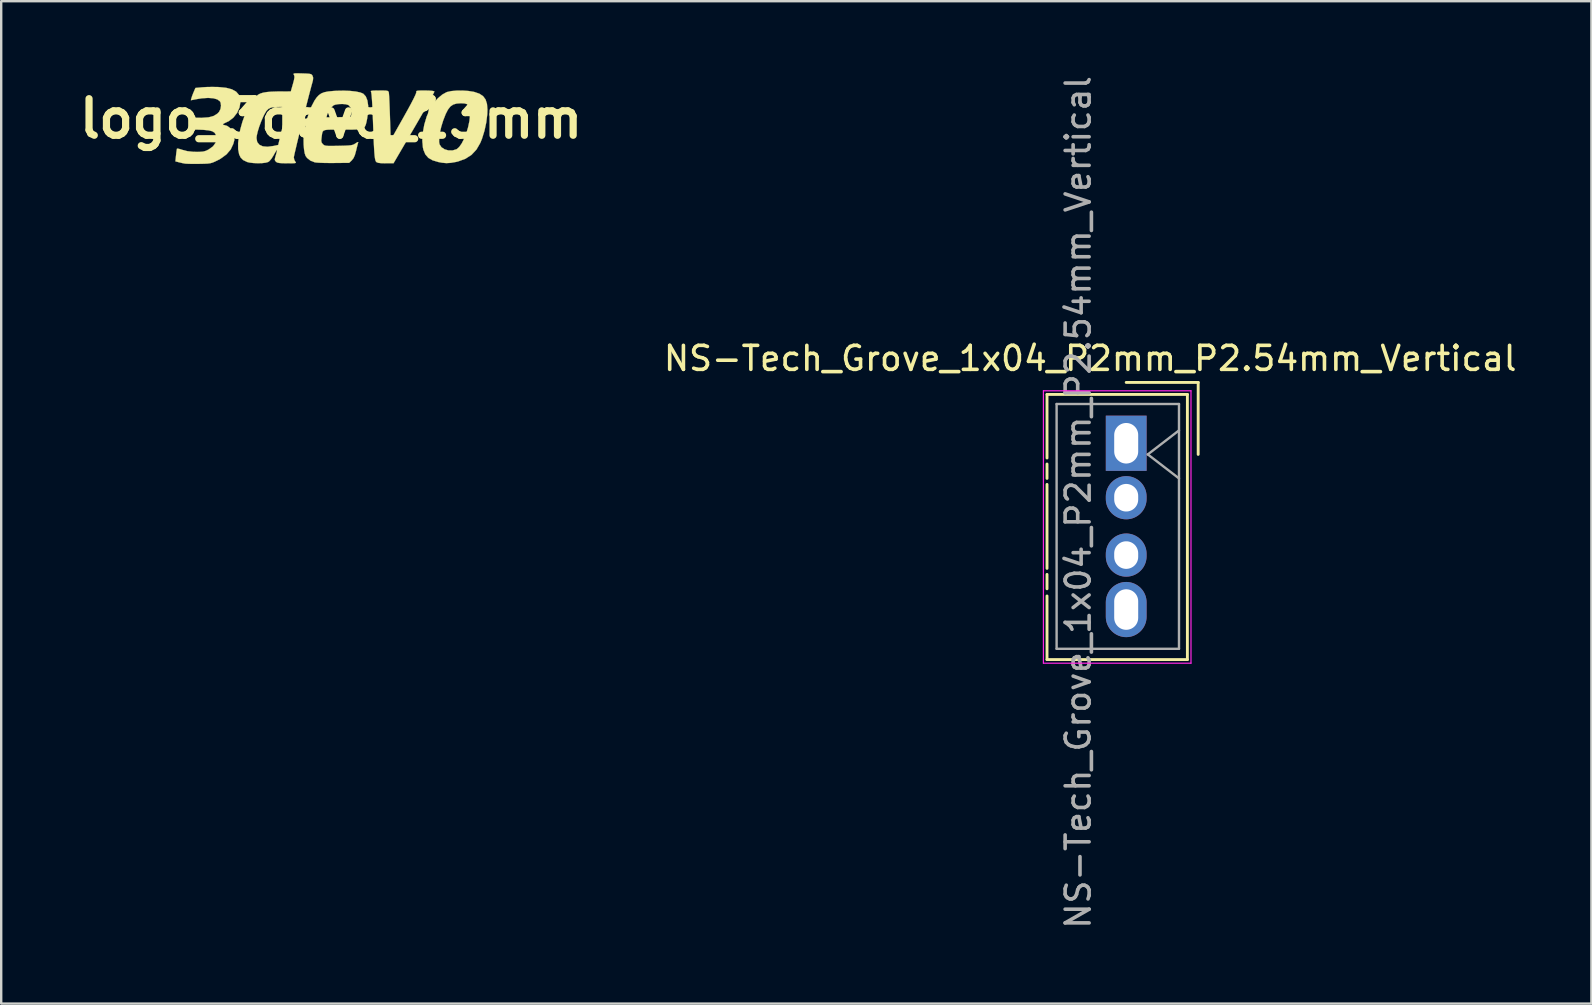
<source format=kicad_pcb>
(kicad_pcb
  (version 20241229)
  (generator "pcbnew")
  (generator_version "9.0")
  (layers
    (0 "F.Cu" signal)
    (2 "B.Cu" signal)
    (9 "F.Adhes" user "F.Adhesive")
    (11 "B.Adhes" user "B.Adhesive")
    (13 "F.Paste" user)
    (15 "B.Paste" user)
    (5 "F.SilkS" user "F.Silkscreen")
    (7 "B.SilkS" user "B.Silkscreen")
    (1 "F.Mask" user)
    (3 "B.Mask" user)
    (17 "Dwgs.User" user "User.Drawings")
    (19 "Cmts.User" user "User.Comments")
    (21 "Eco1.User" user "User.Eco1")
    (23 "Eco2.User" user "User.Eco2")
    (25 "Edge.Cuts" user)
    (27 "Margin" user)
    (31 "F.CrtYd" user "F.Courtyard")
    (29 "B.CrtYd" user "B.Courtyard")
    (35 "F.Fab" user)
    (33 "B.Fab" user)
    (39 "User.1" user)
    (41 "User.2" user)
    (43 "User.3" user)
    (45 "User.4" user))
  (footprint "logo_3devo_13mm"
    (layer "F.Cu")
    (at 10.748 1.897)
    (property "Reference" "logo_3devo_13mm" (at 0 0 0) (layer "F.SilkS") (effects (font (size 1.524 1.524) (thickness 0.3))))
    (attr through_hole)
    (fp_poly (pts (xy 4.077 -1.171) (xy 4.21 -1.161) (xy 4.289 -1.145) (xy 4.304 -1.136) (xy 4.29 -1.096) (xy 4.242 -0.998) (xy 4.162 -0.848) (xy 4.055 -0.653) (xy 3.924 -0.419) (xy 3.773 -0.154) (xy 3.606 0.136) (xy 3.464 0.38) (xy 2.601 1.858) (xy 2.27 1.858) (xy 2.086 1.853) (xy 1.966 1.839) (xy 1.896 1.812) (xy 1.883 1.801) (xy 1.862 1.773) (xy 1.845 1.728) (xy 1.83 1.659) (xy 1.816 1.559) (xy 1.804 1.423) (xy 1.792 1.242) (xy 1.78 1.01) (xy 1.768 0.722) (xy 1.755 0.369) (xy 1.744 0.06) (xy 1.73 -0.295) (xy 1.716 -0.592) (xy 1.701 -0.828) (xy 1.687 -0.998) (xy 1.672 -1.098) (xy 1.663 -1.125) (xy 1.656 -1.148) (xy 1.687 -1.163) (xy 1.768 -1.171) (xy 1.909 -1.175) (xy 2.004 -1.175) (xy 2.178 -1.174) (xy 2.29 -1.17) (xy 2.355 -1.158) (xy 2.388 -1.136) (xy 2.403 -1.101) (xy 2.406 -1.09) (xy 2.412 -1.029) (xy 2.42 -0.905) (xy 2.429 -0.727) (xy 2.438 -0.507) (xy 2.447 -0.258) (xy 2.454 -0.057) (xy 2.483 0.89) (xy 3.026 -0.073) (xy 3.192 -0.371) (xy 3.33 -0.625) (xy 3.436 -0.83) (xy 3.509 -0.982) (xy 3.547 -1.077) (xy 3.551 -1.105) (xy 3.548 -1.137) (xy 3.57 -1.158) (xy 3.628 -1.169) (xy 3.736 -1.174) (xy 3.906 -1.175) (xy 4.077 -1.171)) (stroke (width 0.01) (type solid)) (fill yes) (layer "F.SilkS"))
    (fp_poly (pts (xy 5.722 -1.156) (xy 5.942 -1.121) (xy 5.974 -1.113) (xy 6.181 -1.042) (xy 6.333 -0.941) (xy 6.437 -0.803) (xy 6.496 -0.617) (xy 6.515 -0.377) (xy 6.509 -0.189) (xy 6.468 0.15) (xy 6.392 0.502) (xy 6.289 0.834) (xy 6.22 1.005) (xy 6.058 1.285) (xy 5.852 1.506) (xy 5.597 1.67) (xy 5.29 1.782) (xy 5.204 1.802) (xy 4.985 1.84) (xy 4.801 1.851) (xy 4.615 1.833) (xy 4.473 1.806) (xy 4.231 1.734) (xy 4.053 1.632) (xy 3.929 1.49) (xy 3.849 1.3) (xy 3.825 1.194) (xy 3.807 0.972) (xy 4.501 0.972) (xy 4.519 1.067) (xy 4.598 1.188) (xy 4.728 1.275) (xy 4.889 1.321) (xy 5.062 1.322) (xy 5.226 1.273) (xy 5.232 1.27) (xy 5.337 1.181) (xy 5.443 1.031) (xy 5.544 0.834) (xy 5.635 0.603) (xy 5.71 0.353) (xy 5.764 0.097) (xy 5.79 -0.136) (xy 5.798 -0.301) (xy 5.798 -0.409) (xy 5.786 -0.477) (xy 5.759 -0.524) (xy 5.722 -0.563) (xy 5.651 -0.612) (xy 5.559 -0.637) (xy 5.418 -0.644) (xy 5.405 -0.644) (xy 5.23 -0.632) (xy 5.089 -0.59) (xy 4.972 -0.509) (xy 4.871 -0.38) (xy 4.776 -0.195) (xy 4.678 0.056) (xy 4.669 0.081) (xy 4.59 0.336) (xy 4.534 0.58) (xy 4.504 0.797) (xy 4.501 0.972) (xy 3.807 0.972) (xy 3.801 0.908) (xy 3.822 0.585) (xy 3.884 0.246) (xy 3.983 -0.089) (xy 4.115 -0.398) (xy 4.156 -0.474) (xy 4.291 -0.675) (xy 4.456 -0.858) (xy 4.634 -1.006) (xy 4.806 -1.102) (xy 4.831 -1.112) (xy 5.006 -1.151) (xy 5.229 -1.171) (xy 5.476 -1.173) (xy 5.722 -1.156)) (stroke (width 0.01) (type solid)) (fill yes) (layer "F.SilkS"))
    (fp_poly (pts (xy -4.763 -1.322) (xy -4.683 -1.319) (xy -4.376 -1.288) (xy -4.135 -1.225) (xy -3.958 -1.128) (xy -3.842 -0.994) (xy -3.785 -0.823) (xy -3.778 -0.704) (xy -3.816 -0.468) (xy -3.917 -0.244) (xy -4.069 -0.049) (xy -4.259 0.1) (xy -4.386 0.159) (xy -4.475 0.202) (xy -4.51 0.24) (xy -4.483 0.263) (xy -4.449 0.265) (xy -4.337 0.297) (xy -4.219 0.38) (xy -4.12 0.493) (xy -4.079 0.57) (xy -4.037 0.69) (xy -4.022 0.79) (xy -4.035 0.9) (xy -4.075 1.049) (xy -4.183 1.281) (xy -4.361 1.488) (xy -4.605 1.666) (xy -4.727 1.732) (xy -4.849 1.791) (xy -4.946 1.831) (xy -5.039 1.856) (xy -5.147 1.87) (xy -5.291 1.877) (xy -5.491 1.881) (xy -5.493 1.881) (xy -5.686 1.883) (xy -5.862 1.881) (xy -6.001 1.877) (xy -6.084 1.871) (xy -6.085 1.871) (xy -6.201 1.849) (xy -6.331 1.818) (xy -6.343 1.815) (xy -6.488 1.777) (xy -6.462 1.524) (xy -6.447 1.392) (xy -6.432 1.292) (xy -6.422 1.247) (xy -6.383 1.247) (xy -6.293 1.268) (xy -6.19 1.301) (xy -5.995 1.352) (xy -5.766 1.377) (xy -5.63 1.381) (xy -5.458 1.38) (xy -5.337 1.37) (xy -5.241 1.346) (xy -5.146 1.304) (xy -5.093 1.276) (xy -4.919 1.15) (xy -4.816 1.004) (xy -4.781 0.834) (xy -4.783 0.781) (xy -4.806 0.665) (xy -4.86 0.58) (xy -4.955 0.522) (xy -5.101 0.486) (xy -5.308 0.465) (xy -5.407 0.461) (xy -5.806 0.446) (xy -5.782 0.346) (xy -5.756 0.24) (xy -5.724 0.116) (xy -5.721 0.104) (xy -5.684 -0.038) (xy -5.372 -0.039) (xy -5.104 -0.058) (xy -4.894 -0.115) (xy -4.736 -0.214) (xy -4.669 -0.285) (xy -4.61 -0.403) (xy -4.588 -0.541) (xy -4.604 -0.668) (xy -4.635 -0.727) (xy -4.742 -0.805) (xy -4.909 -0.852) (xy -5.126 -0.867) (xy -5.383 -0.851) (xy -5.585 -0.819) (xy -5.844 -0.769) (xy -5.822 -0.855) (xy -5.794 -0.941) (xy -5.749 -1.06) (xy -5.727 -1.111) (xy -5.654 -1.282) (xy -5.363 -1.309) (xy -5.191 -1.32) (xy -4.978 -1.324) (xy -4.763 -1.322)) (stroke (width 0.01) (type solid)) (fill yes) (layer "F.SilkS"))
    (fp_poly (pts (xy 0.799 -1.158) (xy 1.032 -1.132) (xy 1.216 -1.094) (xy 1.34 -1.043) (xy 1.342 -1.041) (xy 1.445 -0.93) (xy 1.513 -0.76) (xy 1.546 -0.539) (xy 1.541 -0.277) (xy 1.501 0.003) (xy 1.473 0.143) (xy 1.445 0.25) (xy 1.408 0.33) (xy 1.352 0.386) (xy 1.268 0.422) (xy 1.146 0.442) (xy 0.976 0.452) (xy 0.748 0.455) (xy 0.474 0.455) (xy 0.204 0.454) (xy -0.001 0.454) (xy -0.149 0.459) (xy -0.25 0.473) (xy -0.315 0.499) (xy -0.352 0.542) (xy -0.372 0.605) (xy -0.385 0.692) (xy -0.399 0.802) (xy -0.41 0.919) (xy -0.394 0.994) (xy -0.345 1.058) (xy -0.342 1.06) (xy -0.307 1.092) (xy -0.265 1.114) (xy -0.205 1.127) (xy -0.113 1.134) (xy 0.024 1.135) (xy 0.219 1.132) (xy 0.315 1.13) (xy 0.538 1.125) (xy 0.699 1.118) (xy 0.813 1.108) (xy 0.892 1.092) (xy 0.952 1.069) (xy 1.006 1.036) (xy 1.021 1.026) (xy 1.1 0.976) (xy 1.132 0.975) (xy 1.13 0.988) (xy 1.112 1.049) (xy 1.083 1.162) (xy 1.048 1.305) (xy 1.041 1.336) (xy 0.991 1.516) (xy 0.936 1.64) (xy 0.868 1.729) (xy 0.863 1.734) (xy 0.753 1.839) (xy 0.121 1.845) (xy -0.105 1.845) (xy -0.316 1.842) (xy -0.497 1.835) (xy -0.629 1.825) (xy -0.679 1.818) (xy -0.857 1.75) (xy -1.002 1.635) (xy -1.065 1.548) (xy -1.101 1.438) (xy -1.128 1.275) (xy -1.144 1.08) (xy -1.147 0.874) (xy -1.136 0.696) (xy -1.09 0.379) (xy -1.016 0.059) (xy -0.98 -0.057) (xy -0.193 -0.057) (xy 0.311 -0.064) (xy 0.815 -0.071) (xy 0.849 -0.186) (xy 0.857 -0.321) (xy 0.818 -0.454) (xy 0.74 -0.555) (xy 0.711 -0.574) (xy 0.608 -0.603) (xy 0.465 -0.614) (xy 0.31 -0.608) (xy 0.174 -0.585) (xy 0.098 -0.555) (xy -0.001 -0.462) (xy -0.094 -0.327) (xy -0.16 -0.184) (xy -0.169 -0.152) (xy -0.193 -0.057) (xy -0.98 -0.057) (xy -0.921 -0.248) (xy -0.811 -0.526) (xy -0.69 -0.758) (xy -0.6 -0.887) (xy -0.508 -0.984) (xy -0.408 -1.054) (xy -0.283 -1.103) (xy -0.12 -1.135) (xy 0.097 -1.156) (xy 0.242 -1.164) (xy 0.531 -1.169) (xy 0.799 -1.158)) (stroke (width 0.01) (type solid)) (fill yes) (layer "F.SilkS"))
    (fp_poly (pts (xy -1.278 -1.889) (xy -1.206 -1.887) (xy -1.03 -1.881) (xy -0.914 -1.873) (xy -0.844 -1.858) (xy -0.803 -1.834) (xy -0.777 -1.796) (xy -0.772 -1.786) (xy -0.748 -1.707) (xy -0.756 -1.608) (xy -0.778 -1.521) (xy -0.817 -1.382) (xy -0.867 -1.192) (xy -0.928 -0.96) (xy -0.995 -0.697) (xy -1.068 -0.411) (xy -1.143 -0.111) (xy -1.218 0.191) (xy -1.291 0.488) (xy -1.36 0.769) (xy -1.422 1.026) (xy -1.474 1.248) (xy -1.516 1.426) (xy -1.543 1.551) (xy -1.554 1.613) (xy -1.554 1.616) (xy -1.531 1.721) (xy -1.492 1.788) (xy -1.468 1.819) (xy -1.47 1.839) (xy -1.509 1.851) (xy -1.596 1.856) (xy -1.744 1.858) (xy -1.83 1.858) (xy -2.023 1.855) (xy -2.155 1.846) (xy -2.238 1.829) (xy -2.287 1.802) (xy -2.291 1.798) (xy -2.33 1.755) (xy -2.346 1.714) (xy -2.339 1.651) (xy -2.31 1.544) (xy -2.295 1.496) (xy -2.266 1.388) (xy -2.252 1.315) (xy -2.253 1.298) (xy -2.277 1.321) (xy -2.324 1.396) (xy -2.387 1.507) (xy -2.391 1.516) (xy -2.481 1.661) (xy -2.57 1.766) (xy -2.621 1.803) (xy -2.724 1.833) (xy -2.879 1.851) (xy -3.06 1.855) (xy -3.244 1.847) (xy -3.406 1.827) (xy -3.5 1.803) (xy -3.665 1.723) (xy -3.773 1.614) (xy -3.833 1.485) (xy -3.873 1.276) (xy -3.875 1.022) (xy -3.851 0.811) (xy -3.109 0.811) (xy -3.079 0.971) (xy -2.99 1.085) (xy -2.846 1.151) (xy -2.649 1.169) (xy -2.4 1.136) (xy -2.393 1.135) (xy -2.204 1.094) (xy -2.029 0.367) (xy -1.974 0.139) (xy -1.924 -0.066) (xy -1.883 -0.237) (xy -1.852 -0.36) (xy -1.835 -0.424) (xy -1.835 -0.426) (xy -1.832 -0.459) (xy -1.857 -0.478) (xy -1.924 -0.489) (xy -2.045 -0.492) (xy -2.141 -0.493) (xy -2.351 -0.487) (xy -2.502 -0.462) (xy -2.614 -0.409) (xy -2.702 -0.317) (xy -2.784 -0.176) (xy -2.82 -0.104) (xy -2.914 0.112) (xy -2.996 0.332) (xy -3.06 0.539) (xy -3.099 0.713) (xy -3.109 0.811) (xy -3.851 0.811) (xy -3.842 0.736) (xy -3.781 0.433) (xy -3.694 0.125) (xy -3.587 -0.173) (xy -3.463 -0.449) (xy -3.327 -0.689) (xy -3.182 -0.879) (xy -3.044 -0.999) (xy -2.949 -1.049) (xy -2.831 -1.085) (xy -2.679 -1.111) (xy -2.481 -1.127) (xy -2.225 -1.135) (xy -2.062 -1.136) (xy -1.679 -1.137) (xy -1.591 -1.445) (xy -1.548 -1.606) (xy -1.529 -1.713) (xy -1.531 -1.782) (xy -1.549 -1.825) (xy -1.566 -1.858) (xy -1.559 -1.878) (xy -1.517 -1.889) (xy -1.427 -1.892) (xy -1.278 -1.889)) (stroke (width 0.01) (type solid)) (fill yes) (layer "F.SilkS")))
  (footprint "NS-Tech_Grove_1x04_P2mm_P2.54mm_Vertical"
    (layer "F.Cu")
    (at 43.883 15.122)
    (property "Reference" "NS-Tech_Grove_1x04_P2mm_P2.54mm_Vertical" (at -1.5 -3.235 0) (layer "F.SilkS") (effects (font (size 1 1) (thickness 0.15))))
    (attr through_hole)
    (fp_line (start -3.3 -1.735) (end -3.3 0.915) (stroke (width 0.12) (type solid)) (layer "F.SilkS"))
    (fp_line (start -3.3 -1.735) (end 2.55 -1.735) (stroke (width 0.12) (type solid)) (layer "F.SilkS"))
    (fp_line (start -3.3 1.165) (end -3.3 1.765) (stroke (width 0.12) (type solid)) (layer "F.SilkS"))
    (fp_line (start -3.3 2.015) (end -3.3 5.515) (stroke (width 0.12) (type solid)) (layer "F.SilkS"))
    (fp_line (start -3.3 5.765) (end -3.3 6.365) (stroke (width 0.12) (type solid)) (layer "F.SilkS"))
    (fp_line (start -3.3 6.665) (end -3.3 9.315) (stroke (width 0.12) (type solid)) (layer "F.SilkS"))
    (fp_line (start -3.3 9.315) (end 2.55 9.315) (stroke (width 0.12) (type solid)) (layer "F.SilkS"))
    (fp_line (start 0 -2.235) (end 3 -2.235) (stroke (width 0.12) (type solid)) (layer "F.SilkS"))
    (fp_line (start 2.55 -1.735) (end 2.55 9.315) (stroke (width 0.12) (type solid)) (layer "F.SilkS"))
    (fp_line (start 3 -2.235) (end 3 0.765) (stroke (width 0.12) (type solid)) (layer "F.SilkS"))
    (fp_line (start -3.45 -1.885) (end -3.45 9.465) (stroke (width 0.05) (type solid)) (layer "F.CrtYd"))
    (fp_line (start -3.45 -1.885) (end 2.7 -1.885) (stroke (width 0.05) (type solid)) (layer "F.CrtYd"))
    (fp_line (start -3.45 9.465) (end 2.7 9.465) (stroke (width 0.05) (type solid)) (layer "F.CrtYd"))
    (fp_line (start 2.7 9.465) (end 2.7 -1.885) (stroke (width 0.05) (type solid)) (layer "F.CrtYd"))
    (fp_line (start -2.9 -1.335) (end 2.2 -1.335) (stroke (width 0.1) (type solid)) (layer "F.Fab"))
    (fp_line (start -2.9 8.865) (end -2.9 -1.335) (stroke (width 0.1) (type solid)) (layer "F.Fab"))
    (fp_line (start 0.9 0.765) (end 2.2 1.765) (stroke (width 0.1) (type solid)) (layer "F.Fab"))
    (fp_line (start 2.2 -1.335) (end 2.2 8.865) (stroke (width 0.1) (type solid)) (layer "F.Fab"))
    (fp_line (start 2.2 -0.235) (end 0.9 0.765) (stroke (width 0.1) (type solid)) (layer "F.Fab"))
    (fp_line (start 2.2 8.865) (end -2.9 8.865) (stroke (width 0.1) (type solid)) (layer "F.Fab"))
    (fp_text user "${REFERENCE}" (at -2 2.765 90) (layer "F.Fab") (effects (font (size 1 1) (thickness 0.15))))
    (pad "1" thru_hole rect (at 0 0.3) (size 1.7 2.3) (drill oval 1 1.69) (layers "*.Cu" "*.Mask"))
    (pad "2" thru_hole oval (at 0 2.57) (size 1.7 1.8) (drill oval 1 1.15) (layers "*.Cu" "*.Mask"))
    (pad "3" thru_hole oval (at 0 4.96) (size 1.7 1.8) (drill oval 1 1.15) (layers "*.Cu" "*.Mask"))
    (pad "4" thru_hole oval (at 0 7.23) (size 1.7 2.3) (drill oval 1 1.69) (layers "*.Cu" "*.Mask")))
  (gr_rect
    (start -3 -3)
    (end 63.27 38.774)
    (stroke (width 0.1) (type default))
    (fill no)
    (layer "Edge.Cuts")))
</source>
